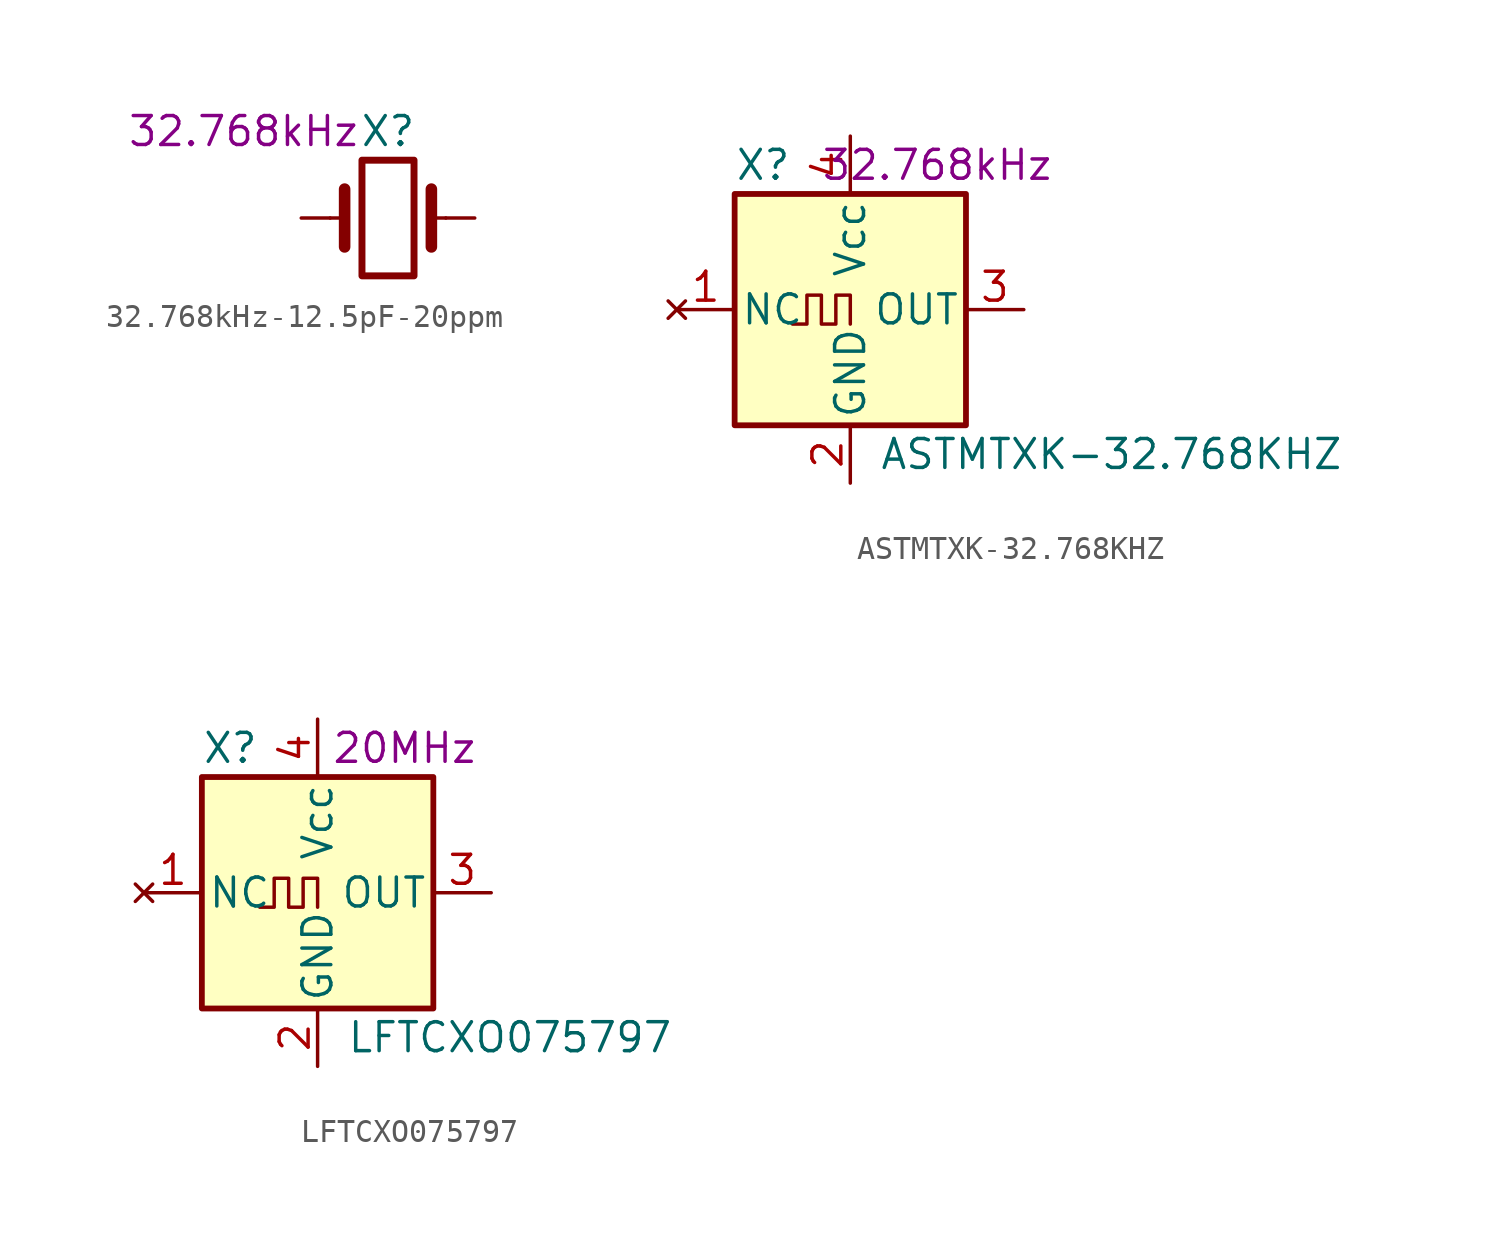
<source format=kicad_sym>
(kicad_symbol_lib
  (version 20211014)
  (generator kicad_symbol_editor)
  (symbol "32.768kHz-12.5pF-20ppm"
    (pin_numbers hide)
    (pin_names
      (offset 1.016) hide)
    (property "Reference" "X"
      (at 0 3.81 0)
      (effects (font (size 1.27 1.27))))
    (property "NumVal" "32.768kHz"
      (at -6.35 3.81 0)
      (effects (font (size 1.27 1.27))))
    (symbol "32.768kHz-12.5pF-20ppm_0_1"
      (rectangle (start -1.143 2.54) (end 1.143 -2.54) (stroke (width 0.305) (type default) (color 0 0 0 0)) (fill (type none)))
      (polyline (pts (xy -2.54 0) (xy -1.905 0)) (stroke (width 0) (type default) (color 0 0 0 0)) (fill (type none)))
      (polyline (pts (xy -1.905 -1.27) (xy -1.905 1.27)) (stroke (width 0.508) (type default) (color 0 0 0 0)) (fill (type none)))
      (polyline (pts (xy 1.905 -1.27) (xy 1.905 1.27)) (stroke (width 0.508) (type default) (color 0 0 0 0)) (fill (type none)))
      (polyline (pts (xy 2.54 0) (xy 1.905 0)) (stroke (width 0) (type default) (color 0 0 0 0)) (fill (type none))))
    (symbol "32.768kHz-12.5pF-20ppm_1_1"
      (pin passive line (at -3.81 0 0) (length 1.27) (name "1" (effects (font (size 1.27 1.27)))) (number "1" (effects (font (size 1.27 1.27)))))
      (pin passive line (at 3.81 0 180) (length 1.27) (name "2" (effects (font (size 1.27 1.27)))) (number "2" (effects (font (size 1.27 1.27)))))))
  (symbol "ASTMTXK-32.768KHZ"
    (pin_names
      (offset 0.254))
    (property "Reference" "X"
      (at -5.08 6.35 0)
      (effects (font (size 1.27 1.27)) (justify left)))
    (property "Value" "ASTMTXK-32.768KHZ"
      (at 1.27 -6.35 0)
      (effects (font (size 1.27 1.27)) (justify left)))
    (property "Frequency" "32.768kHz"
      (at 3.81 6.35 0)
      (effects (font (size 1.27 1.27))))
    (symbol "ASTMTXK-32.768KHZ_0_1"
      (rectangle (start -5.08 5.08) (end 5.08 -5.08) (stroke (width 0.254) (type default) (color 0 0 0 0)) (fill (type background)))
      (polyline (pts (xy -2.54 -0.635) (xy -1.905 -0.635) (xy -1.905 0.635) (xy -1.27 0.635) (xy -1.27 -0.635) (xy -0.635 -0.635) (xy -0.635 0.635) (xy 0 0.635) (xy 0 -0.635)) (stroke (width 0) (type default) (color 0 0 0 0)) (fill (type none))))
    (symbol "ASTMTXK-32.768KHZ_1_1"
      (pin no_connect line (at -7.62 0 0) (length 2.54) (name "NC" (effects (font (size 1.27 1.27)))) (number "1" (effects (font (size 1.27 1.27)))))
      (pin power_in line (at 0 -7.62 90) (length 2.54) (name "GND" (effects (font (size 1.27 1.27)))) (number "2" (effects (font (size 1.27 1.27)))))
      (pin output line (at 7.62 0 180) (length 2.54) (name "OUT" (effects (font (size 1.27 1.27)))) (number "3" (effects (font (size 1.27 1.27)))))
      (pin power_in line (at 0 7.62 270) (length 2.54) (name "Vcc" (effects (font (size 1.27 1.27)))) (number "4" (effects (font (size 1.27 1.27)))))))
  (symbol "LFTCXO075797"
    (pin_names
      (offset 0.254))
    (property "Reference" "X"
      (at -5.08 6.35 0)
      (effects (font (size 1.27 1.27)) (justify left)))
    (property "Value" "LFTCXO075797"
      (at 1.27 -6.35 0)
      (effects (font (size 1.27 1.27)) (justify left)))
    (property "Frequency" "20MHz"
      (at 3.81 6.35 0)
      (effects (font (size 1.27 1.27))))
    (symbol "LFTCXO075797_0_1"
      (rectangle (start -5.08 5.08) (end 5.08 -5.08) (stroke (width 0.254) (type default) (color 0 0 0 0)) (fill (type background)))
      (polyline (pts (xy -2.54 -0.635) (xy -1.905 -0.635) (xy -1.905 0.635) (xy -1.27 0.635) (xy -1.27 -0.635) (xy -0.635 -0.635) (xy -0.635 0.635) (xy 0 0.635) (xy 0 -0.635)) (stroke (width 0) (type default) (color 0 0 0 0)) (fill (type none))))
    (symbol "LFTCXO075797_1_1"
      (pin no_connect line (at -7.62 0 0) (length 2.54) (name "NC" (effects (font (size 1.27 1.27)))) (number "1" (effects (font (size 1.27 1.27)))))
      (pin power_in line (at 0 -7.62 90) (length 2.54) (name "GND" (effects (font (size 1.27 1.27)))) (number "2" (effects (font (size 1.27 1.27)))))
      (pin output line (at 7.62 0 180) (length 2.54) (name "OUT" (effects (font (size 1.27 1.27)))) (number "3" (effects (font (size 1.27 1.27)))))
      (pin power_in line (at 0 7.62 270) (length 2.54) (name "Vcc" (effects (font (size 1.27 1.27)))) (number "4" (effects (font (size 1.27 1.27))))))))
</source>
